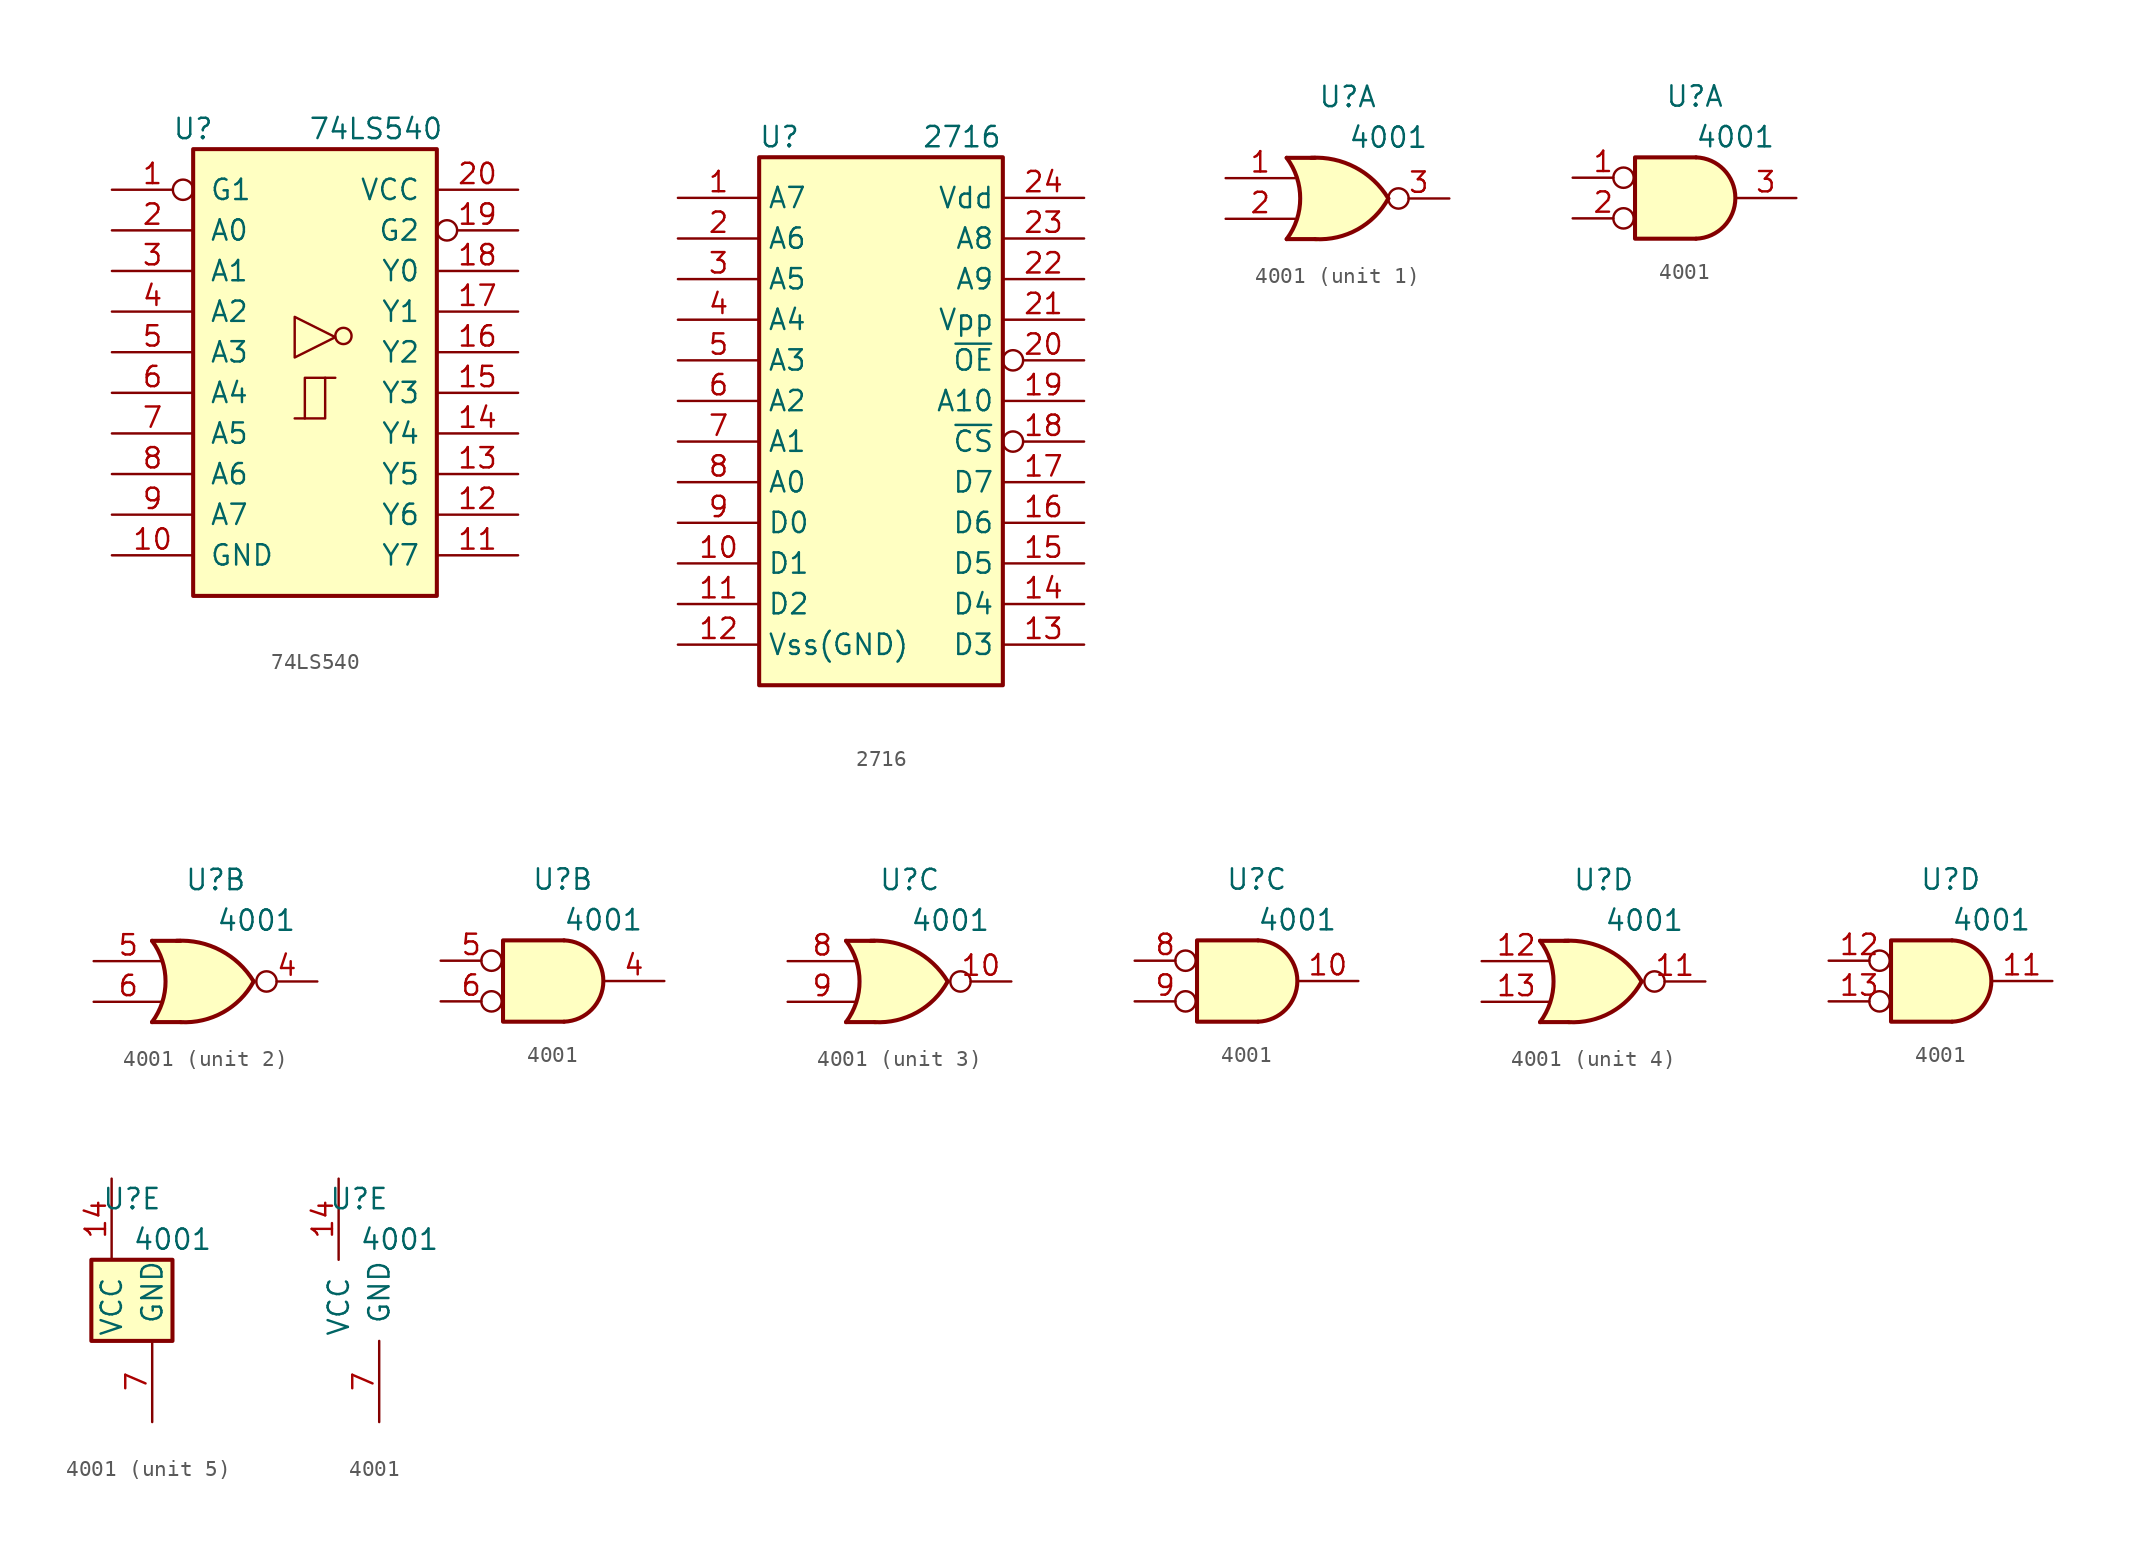
<source format=kicad_sym>
(kicad_symbol_lib
  (version 20220914)
  (generator kicad_symbol_editor)
  (symbol "74LS540"
    (pin_names
      (offset 1.016))
    (property "Reference" "U"
      (at -7.62 15.24 0)
      (effects (font (size 1.27 1.27))))
    (property "Value" "74LS540"
      (at 3.81 15.24 0)
      (effects (font (size 1.27 1.27))))
    (symbol "74LS540_0_1"
      (circle (center 1.778 2.286) (radius 0.508) (stroke (width 0) (type default)) (fill (type none))))
    (symbol "74LS540_1_0"
      (polyline (pts (xy -0.635 -2.87) (xy -0.635 -0.33) (xy 0.635 -0.33)) (stroke (width 0) (type default)) (fill (type none)))
      (polyline (pts (xy -1.27 -2.87) (xy 0.635 -2.87) (xy 0.635 -0.33) (xy 1.27 -0.33)) (stroke (width 0) (type default)) (fill (type none)))
      (polyline (pts (xy 1.27 2.21) (xy -1.27 3.48) (xy -1.27 0.94) (xy 1.27 2.21)) (stroke (width 0.152) (type default)) (fill (type none)))
      (pin input inverted (at -12.7 11.43 0) (length 5.08) (name "G1" (effects (font (size 1.27 1.27)))) (number "1" (effects (font (size 1.27 1.27)))))
      (pin power_in line (at -12.7 -11.43 0) (length 5.08) (name "GND" (effects (font (size 1.27 1.27)))) (number "10" (effects (font (size 1.27 1.27)))))
      (pin tri_state line (at 12.7 -11.43 180) (length 5.08) (name "Y7" (effects (font (size 1.27 1.27)))) (number "11" (effects (font (size 1.27 1.27)))))
      (pin tri_state line (at 12.7 -8.89 180) (length 5.08) (name "Y6" (effects (font (size 1.27 1.27)))) (number "12" (effects (font (size 1.27 1.27)))))
      (pin tri_state line (at 12.7 -6.35 180) (length 5.08) (name "Y5" (effects (font (size 1.27 1.27)))) (number "13" (effects (font (size 1.27 1.27)))))
      (pin tri_state line (at 12.7 -3.81 180) (length 5.08) (name "Y4" (effects (font (size 1.27 1.27)))) (number "14" (effects (font (size 1.27 1.27)))))
      (pin tri_state line (at 12.7 -1.27 180) (length 5.08) (name "Y3" (effects (font (size 1.27 1.27)))) (number "15" (effects (font (size 1.27 1.27)))))
      (pin tri_state line (at 12.7 1.27 180) (length 5.08) (name "Y2" (effects (font (size 1.27 1.27)))) (number "16" (effects (font (size 1.27 1.27)))))
      (pin tri_state line (at 12.7 3.81 180) (length 5.08) (name "Y1" (effects (font (size 1.27 1.27)))) (number "17" (effects (font (size 1.27 1.27)))))
      (pin tri_state line (at 12.7 6.35 180) (length 5.08) (name "Y0" (effects (font (size 1.27 1.27)))) (number "18" (effects (font (size 1.27 1.27)))))
      (pin input inverted (at 12.7 8.89 180) (length 5.08) (name "G2" (effects (font (size 1.27 1.27)))) (number "19" (effects (font (size 1.27 1.27)))))
      (pin input line (at -12.7 8.89 0) (length 5.08) (name "A0" (effects (font (size 1.27 1.27)))) (number "2" (effects (font (size 1.27 1.27)))))
      (pin power_in line (at 12.7 11.43 180) (length 5.08) (name "VCC" (effects (font (size 1.27 1.27)))) (number "20" (effects (font (size 1.27 1.27)))))
      (pin input line (at -12.7 6.35 0) (length 5.08) (name "A1" (effects (font (size 1.27 1.27)))) (number "3" (effects (font (size 1.27 1.27)))))
      (pin input line (at -12.7 3.81 0) (length 5.08) (name "A2" (effects (font (size 1.27 1.27)))) (number "4" (effects (font (size 1.27 1.27)))))
      (pin input line (at -12.7 1.27 0) (length 5.08) (name "A3" (effects (font (size 1.27 1.27)))) (number "5" (effects (font (size 1.27 1.27)))))
      (pin input line (at -12.7 -1.27 0) (length 5.08) (name "A4" (effects (font (size 1.27 1.27)))) (number "6" (effects (font (size 1.27 1.27)))))
      (pin input line (at -12.7 -3.81 0) (length 5.08) (name "A5" (effects (font (size 1.27 1.27)))) (number "7" (effects (font (size 1.27 1.27)))))
      (pin input line (at -12.7 -6.35 0) (length 5.08) (name "A6" (effects (font (size 1.27 1.27)))) (number "8" (effects (font (size 1.27 1.27)))))
      (pin input line (at -12.7 -8.89 0) (length 5.08) (name "A7" (effects (font (size 1.27 1.27)))) (number "9" (effects (font (size 1.27 1.27))))))
    (symbol "74LS540_1_1"
      (rectangle (start -7.62 13.97) (end 7.62 -13.97) (stroke (width 0.254) (type default)) (fill (type background)))))
  (symbol "2716"
    (property "Reference" "U"
      (at -6.35 24.13 0)
      (effects (font (size 1.27 1.27))))
    (property "Value" "2716"
      (at 2.54 24.13 0)
      (effects (font (size 1.27 1.27)) (justify left)))
    (symbol "2716_1_1"
      (rectangle (start -7.62 22.86) (end 7.62 -10.16) (stroke (width 0.254) (type default)) (fill (type background)))
      (pin input line (at -12.7 20.32 0) (length 5.08) (name "A7" (effects (font (size 1.27 1.27)))) (number "1" (effects (font (size 1.27 1.27)))))
      (pin tri_state line (at -12.7 -2.54 0) (length 5.08) (name "D1" (effects (font (size 1.27 1.27)))) (number "10" (effects (font (size 1.27 1.27)))))
      (pin tri_state line (at -12.7 -5.08 0) (length 5.08) (name "D2" (effects (font (size 1.27 1.27)))) (number "11" (effects (font (size 1.27 1.27)))))
      (pin power_in line (at -12.7 -7.62 0) (length 5.08) (name "Vss(GND)" (effects (font (size 1.27 1.27)))) (number "12" (effects (font (size 1.27 1.27)))))
      (pin tri_state line (at 12.7 -7.62 180) (length 5.08) (name "D3" (effects (font (size 1.27 1.27)))) (number "13" (effects (font (size 1.27 1.27)))))
      (pin tri_state line (at 12.7 -5.08 180) (length 5.08) (name "D4" (effects (font (size 1.27 1.27)))) (number "14" (effects (font (size 1.27 1.27)))))
      (pin tri_state line (at 12.7 -2.54 180) (length 5.08) (name "D5" (effects (font (size 1.27 1.27)))) (number "15" (effects (font (size 1.27 1.27)))))
      (pin tri_state line (at 12.7 0 180) (length 5.08) (name "D6" (effects (font (size 1.27 1.27)))) (number "16" (effects (font (size 1.27 1.27)))))
      (pin tri_state line (at 12.7 2.54 180) (length 5.08) (name "D7" (effects (font (size 1.27 1.27)))) (number "17" (effects (font (size 1.27 1.27)))))
      (pin input inverted (at 12.7 5.08 180) (length 5.08) (name "~{CS}" (effects (font (size 1.27 1.27)))) (number "18" (effects (font (size 1.27 1.27)))))
      (pin input line (at 12.7 7.62 180) (length 5.08) (name "A10" (effects (font (size 1.27 1.27)))) (number "19" (effects (font (size 1.27 1.27)))))
      (pin input line (at -12.7 17.78 0) (length 5.08) (name "A6" (effects (font (size 1.27 1.27)))) (number "2" (effects (font (size 1.27 1.27)))))
      (pin input inverted (at 12.7 10.16 180) (length 5.08) (name "~{OE}" (effects (font (size 1.27 1.27)))) (number "20" (effects (font (size 1.27 1.27)))))
      (pin power_in line (at 12.7 12.7 180) (length 5.08) (name "Vpp" (effects (font (size 1.27 1.27)))) (number "21" (effects (font (size 1.27 1.27)))))
      (pin input line (at 12.7 15.24 180) (length 5.08) (name "A9" (effects (font (size 1.27 1.27)))) (number "22" (effects (font (size 1.27 1.27)))))
      (pin input line (at 12.7 17.78 180) (length 5.08) (name "A8" (effects (font (size 1.27 1.27)))) (number "23" (effects (font (size 1.27 1.27)))))
      (pin power_in line (at 12.7 20.32 180) (length 5.08) (name "Vdd" (effects (font (size 1.27 1.27)))) (number "24" (effects (font (size 1.27 1.27)))))
      (pin input line (at -12.7 15.24 0) (length 5.08) (name "A5" (effects (font (size 1.27 1.27)))) (number "3" (effects (font (size 1.27 1.27)))))
      (pin input line (at -12.7 12.7 0) (length 5.08) (name "A4" (effects (font (size 1.27 1.27)))) (number "4" (effects (font (size 1.27 1.27)))))
      (pin input line (at -12.7 10.16 0) (length 5.08) (name "A3" (effects (font (size 1.27 1.27)))) (number "5" (effects (font (size 1.27 1.27)))))
      (pin input line (at -12.7 7.62 0) (length 5.08) (name "A2" (effects (font (size 1.27 1.27)))) (number "6" (effects (font (size 1.27 1.27)))))
      (pin input line (at -12.7 5.08 0) (length 5.08) (name "A1" (effects (font (size 1.27 1.27)))) (number "7" (effects (font (size 1.27 1.27)))))
      (pin input line (at -12.7 2.54 0) (length 5.08) (name "A0" (effects (font (size 1.27 1.27)))) (number "8" (effects (font (size 1.27 1.27)))))
      (pin tri_state line (at -12.7 0 0) (length 5.08) (name "D0" (effects (font (size 1.27 1.27)))) (number "9" (effects (font (size 1.27 1.27)))))))
  (symbol "4001"
    (pin_names
      (offset 1.016))
    (property "Reference" "U"
      (at 0 6.35 0)
      (effects (font (size 1.27 1.27))))
    (property "Value" "4001"
      (at 2.54 3.81 0)
      (effects (font (size 1.27 1.27))))
    (property "ki_locked" ""
      (at 0 0 0)
      (effects (font (size 1.27 1.27))))
    (symbol "4001_1_1"
      (arc (start -3.81 -2.54) (mid -2.964 0) (end -3.81 2.54) (stroke (width 0.254) (type default)) (fill (type none)))
      (arc (start -2.032 -2.54) (mid 0.6219 -1.9322) (end 2.54 0) (stroke (width 0.254) (type default)) (fill (type background)))
      (polyline (pts (xy -3.81 -2.54) (xy -2.032 -2.54)) (stroke (width 0.254) (type default)) (fill (type none)))
      (polyline (pts (xy -3.81 2.54) (xy -2.032 2.54)) (stroke (width 0.254) (type default)) (fill (type none)))
      (polyline (pts (xy -1.27 2.54) (xy -3.81 2.54) (xy -3.175 1.27) (xy -2.794 0) (xy -3.175 -1.27) (xy -3.81 -2.54) (xy -1.27 -2.54)) (stroke (width -25.4) (type default)) (fill (type background)))
      (arc (start 2.54 0) (mid 0.4797 1.9402) (end -2.286 2.54) (stroke (width 0.254) (type default)) (fill (type background)))
      (pin input line (at -7.62 1.27 0) (length 4.318) (name "~" (effects (font (size 1.27 1.27)))) (number "1" (effects (font (size 1.27 1.27)))))
      (pin input line (at -7.62 -1.27 0) (length 4.318) (name "~" (effects (font (size 1.27 1.27)))) (number "2" (effects (font (size 1.27 1.27)))))
      (pin output inverted (at 6.35 0 180) (length 3.81) (name "~" (effects (font (size 1.27 1.27)))) (number "3" (effects (font (size 1.27 1.27))))))
    (symbol "4001_1_2"
      (polyline (pts (xy 0.084 2.54) (xy -3.726 2.54) (xy -3.726 -2.54) (xy 0.084 -2.54)) (stroke (width 0.254) (type default)) (fill (type background)))
      (arc (start 0.0843 -2.54) (mid 2.5414 0) (end 0.0843 2.54) (stroke (width 0.254) (type default)) (fill (type background)))
      (pin input inverted (at -7.62 1.27 0) (length 3.81) (name "~" (effects (font (size 1.27 1.27)))) (number "1" (effects (font (size 1.27 1.27)))))
      (pin input inverted (at -7.62 -1.27 0) (length 3.81) (name "~" (effects (font (size 1.27 1.27)))) (number "2" (effects (font (size 1.27 1.27)))))
      (pin output line (at 6.35 0 180) (length 3.81) (name "~" (effects (font (size 1.27 1.27)))) (number "3" (effects (font (size 1.27 1.27))))))
    (symbol "4001_2_1"
      (arc (start -3.976 -2.54) (mid -3.13 0) (end -3.976 2.54) (stroke (width 0.254) (type default)) (fill (type none)))
      (arc (start -2.198 -2.54) (mid 0.4559 -1.9322) (end 2.374 0) (stroke (width 0.254) (type default)) (fill (type background)))
      (polyline (pts (xy -3.976 -2.54) (xy -2.198 -2.54)) (stroke (width 0.254) (type default)) (fill (type none)))
      (polyline (pts (xy -3.976 2.54) (xy -2.198 2.54)) (stroke (width 0.254) (type default)) (fill (type none)))
      (polyline (pts (xy -1.436 2.54) (xy -3.976 2.54) (xy -3.341 1.27) (xy -2.96 0) (xy -3.341 -1.27) (xy -3.976 -2.54) (xy -1.436 -2.54)) (stroke (width -25.4) (type default)) (fill (type background)))
      (arc (start 2.374 0) (mid 0.3137 1.9402) (end -2.452 2.54) (stroke (width 0.254) (type default)) (fill (type background)))
      (pin output inverted (at 6.35 0 180) (length 3.81) (name "~" (effects (font (size 1.27 1.27)))) (number "4" (effects (font (size 1.27 1.27)))))
      (pin input line (at -7.62 1.27 0) (length 4.318) (name "~" (effects (font (size 1.27 1.27)))) (number "5" (effects (font (size 1.27 1.27)))))
      (pin input line (at -7.62 -1.27 0) (length 4.318) (name "~" (effects (font (size 1.27 1.27)))) (number "6" (effects (font (size 1.27 1.27))))))
    (symbol "4001_2_2"
      (polyline (pts (xy 0.084 2.54) (xy -3.726 2.54) (xy -3.726 -2.54) (xy 0.084 -2.54)) (stroke (width 0.254) (type default)) (fill (type background)))
      (arc (start 0.0843 -2.54) (mid 2.5414 0) (end 0.0843 2.54) (stroke (width 0.254) (type default)) (fill (type background)))
      (pin output line (at 6.35 0 180) (length 3.81) (name "~" (effects (font (size 1.27 1.27)))) (number "4" (effects (font (size 1.27 1.27)))))
      (pin input inverted (at -7.62 1.27 0) (length 3.81) (name "~" (effects (font (size 1.27 1.27)))) (number "5" (effects (font (size 1.27 1.27)))))
      (pin input inverted (at -7.62 -1.27 0) (length 3.81) (name "~" (effects (font (size 1.27 1.27)))) (number "6" (effects (font (size 1.27 1.27))))))
    (symbol "4001_3_1"
      (arc (start -3.976 -2.54) (mid -3.13 0) (end -3.976 2.54) (stroke (width 0.254) (type default)) (fill (type none)))
      (arc (start -2.198 -2.54) (mid 0.4559 -1.9322) (end 2.374 0) (stroke (width 0.254) (type default)) (fill (type background)))
      (polyline (pts (xy -3.976 -2.54) (xy -2.198 -2.54)) (stroke (width 0.254) (type default)) (fill (type none)))
      (polyline (pts (xy -3.976 2.54) (xy -2.198 2.54)) (stroke (width 0.254) (type default)) (fill (type none)))
      (polyline (pts (xy -1.436 2.54) (xy -3.976 2.54) (xy -3.341 1.27) (xy -2.96 0) (xy -3.341 -1.27) (xy -3.976 -2.54) (xy -1.436 -2.54)) (stroke (width -25.4) (type default)) (fill (type background)))
      (arc (start 2.374 0) (mid 0.3137 1.9402) (end -2.452 2.54) (stroke (width 0.254) (type default)) (fill (type background)))
      (pin output inverted (at 6.35 0 180) (length 3.81) (name "~" (effects (font (size 1.27 1.27)))) (number "10" (effects (font (size 1.27 1.27)))))
      (pin input line (at -7.62 1.27 0) (length 4.318) (name "~" (effects (font (size 1.27 1.27)))) (number "8" (effects (font (size 1.27 1.27)))))
      (pin input line (at -7.62 -1.27 0) (length 4.318) (name "~" (effects (font (size 1.27 1.27)))) (number "9" (effects (font (size 1.27 1.27))))))
    (symbol "4001_3_2"
      (polyline (pts (xy 0.084 2.54) (xy -3.726 2.54) (xy -3.726 -2.54) (xy 0.084 -2.54)) (stroke (width 0.254) (type default)) (fill (type background)))
      (arc (start 0.0843 -2.54) (mid 2.5414 0) (end 0.0843 2.54) (stroke (width 0.254) (type default)) (fill (type background)))
      (pin output line (at 6.35 0 180) (length 3.81) (name "~" (effects (font (size 1.27 1.27)))) (number "10" (effects (font (size 1.27 1.27)))))
      (pin input inverted (at -7.62 1.27 0) (length 3.81) (name "~" (effects (font (size 1.27 1.27)))) (number "8" (effects (font (size 1.27 1.27)))))
      (pin input inverted (at -7.62 -1.27 0) (length 3.81) (name "~" (effects (font (size 1.27 1.27)))) (number "9" (effects (font (size 1.27 1.27))))))
    (symbol "4001_4_1"
      (arc (start -3.976 -2.54) (mid -3.13 0) (end -3.976 2.54) (stroke (width 0.254) (type default)) (fill (type none)))
      (arc (start -2.198 -2.54) (mid 0.4559 -1.9322) (end 2.374 0) (stroke (width 0.254) (type default)) (fill (type background)))
      (polyline (pts (xy -3.976 -2.54) (xy -2.198 -2.54)) (stroke (width 0.254) (type default)) (fill (type none)))
      (polyline (pts (xy -3.976 2.54) (xy -2.198 2.54)) (stroke (width 0.254) (type default)) (fill (type none)))
      (polyline (pts (xy -1.436 2.54) (xy -3.976 2.54) (xy -3.341 1.27) (xy -2.96 0) (xy -3.341 -1.27) (xy -3.976 -2.54) (xy -1.436 -2.54)) (stroke (width -25.4) (type default)) (fill (type background)))
      (arc (start 2.374 0) (mid 0.3137 1.9402) (end -2.452 2.54) (stroke (width 0.254) (type default)) (fill (type background)))
      (pin output inverted (at 6.35 0 180) (length 3.81) (name "~" (effects (font (size 1.27 1.27)))) (number "11" (effects (font (size 1.27 1.27)))))
      (pin input line (at -7.62 1.27 0) (length 4.318) (name "~" (effects (font (size 1.27 1.27)))) (number "12" (effects (font (size 1.27 1.27)))))
      (pin input line (at -7.62 -1.27 0) (length 4.318) (name "~" (effects (font (size 1.27 1.27)))) (number "13" (effects (font (size 1.27 1.27))))))
    (symbol "4001_4_2"
      (polyline (pts (xy 0.084 2.54) (xy -3.726 2.54) (xy -3.726 -2.54) (xy 0.084 -2.54)) (stroke (width 0.254) (type default)) (fill (type background)))
      (arc (start 0.0843 -2.54) (mid 2.5414 0) (end 0.0843 2.54) (stroke (width 0.254) (type default)) (fill (type background)))
      (pin output line (at 6.35 0 180) (length 3.81) (name "~" (effects (font (size 1.27 1.27)))) (number "11" (effects (font (size 1.27 1.27)))))
      (pin input inverted (at -7.62 1.27 0) (length 3.81) (name "~" (effects (font (size 1.27 1.27)))) (number "12" (effects (font (size 1.27 1.27)))))
      (pin input inverted (at -7.62 -1.27 0) (length 3.81) (name "~" (effects (font (size 1.27 1.27)))) (number "13" (effects (font (size 1.27 1.27))))))
    (symbol "4001_5_0"
      (pin power_in line (at -1.27 7.62 270) (length 5.08) (name "VCC" (effects (font (size 1.27 1.27)))) (number "14" (effects (font (size 1.27 1.27)))))
      (pin power_in line (at 1.27 -7.62 90) (length 5.08) (name "GND" (effects (font (size 1.27 1.27)))) (number "7" (effects (font (size 1.27 1.27))))))
    (symbol "4001_5_1"
      (rectangle (start -2.54 2.54) (end 2.54 -2.54) (stroke (width 0.254) (type default)) (fill (type background))))))
</source>
